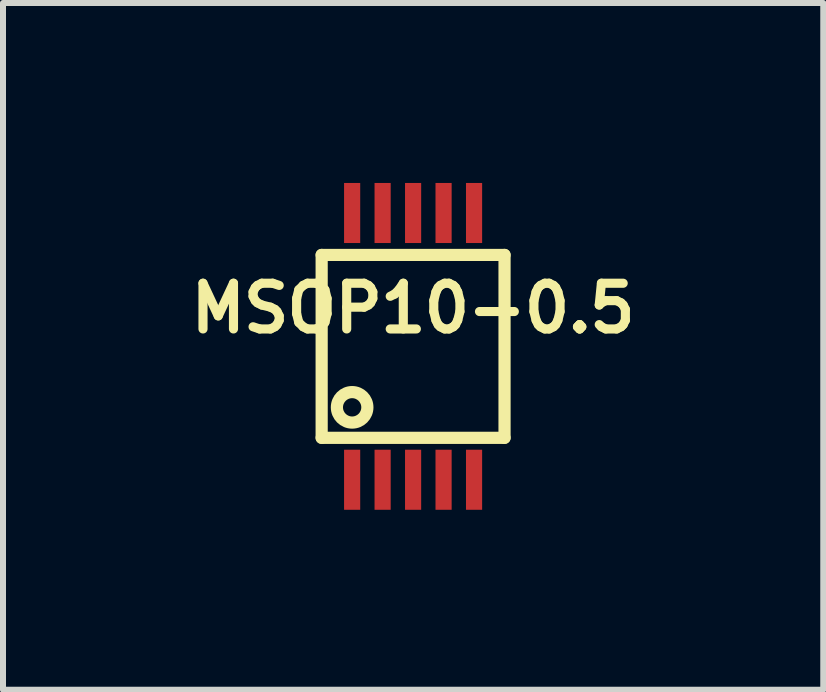
<source format=kicad_pcb>
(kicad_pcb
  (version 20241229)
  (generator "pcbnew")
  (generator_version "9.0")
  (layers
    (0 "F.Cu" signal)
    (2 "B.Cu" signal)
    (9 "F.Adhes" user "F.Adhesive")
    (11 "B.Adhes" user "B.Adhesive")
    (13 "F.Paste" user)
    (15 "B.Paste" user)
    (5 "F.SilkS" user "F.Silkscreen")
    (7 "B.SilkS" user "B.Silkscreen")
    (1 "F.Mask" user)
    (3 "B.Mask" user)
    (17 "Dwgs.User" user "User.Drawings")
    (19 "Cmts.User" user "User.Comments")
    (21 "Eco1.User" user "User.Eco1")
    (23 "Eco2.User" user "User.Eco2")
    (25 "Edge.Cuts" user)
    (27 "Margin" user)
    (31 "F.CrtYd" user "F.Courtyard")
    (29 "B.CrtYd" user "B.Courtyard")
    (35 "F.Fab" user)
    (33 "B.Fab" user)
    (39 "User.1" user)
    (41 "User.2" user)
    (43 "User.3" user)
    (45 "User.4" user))
  (footprint "MSOP10-0.5"
    (layer "F.Cu")
    (at 3.835 2.723)
    (property "Reference" "MSOP10-0.5" (at 0 -0.635 0) (layer "F.SilkS") (effects (font (size 0.762 0.762) (thickness 0.152))))
    (attr smd)
    (fp_line (start -1.524 -1.524) (end 1.524 -1.524) (stroke (width 0.203) (type solid)) (layer "F.SilkS"))
    (fp_line (start -1.524 1.524) (end -1.524 -1.524) (stroke (width 0.203) (type solid)) (layer "F.SilkS"))
    (fp_line (start 1.524 -1.524) (end 1.524 1.524) (stroke (width 0.203) (type solid)) (layer "F.SilkS"))
    (fp_line (start 1.524 1.524) (end -1.524 1.524) (stroke (width 0.203) (type solid)) (layer "F.SilkS"))
    (fp_circle (center -1.016 1.016) (end -1.016 0.762) (stroke (width 0.203) (type solid)) (fill no) (layer "F.SilkS"))
    (pad "1" smd rect (at -1.016 2.223) (size 0.269 1.001) (layers "F.Cu" "F.Mask" "F.Paste"))
    (pad "2" smd rect (at -0.508 2.223) (size 0.269 1.001) (layers "F.Cu" "F.Mask" "F.Paste"))
    (pad "3" smd rect (at 0 2.223) (size 0.269 1.001) (layers "F.Cu" "F.Mask" "F.Paste"))
    (pad "4" smd rect (at 0.508 2.223) (size 0.269 1.001) (layers "F.Cu" "F.Mask" "F.Paste"))
    (pad "5" smd rect (at 1.016 2.223) (size 0.269 1.001) (layers "F.Cu" "F.Mask" "F.Paste"))
    (pad "6" smd rect (at 1.016 -2.223) (size 0.269 1.001) (layers "F.Cu" "F.Mask" "F.Paste"))
    (pad "7" smd rect (at 0.508 -2.223) (size 0.269 1.001) (layers "F.Cu" "F.Mask" "F.Paste"))
    (pad "8" smd rect (at 0 -2.223) (size 0.269 1.001) (layers "F.Cu" "F.Mask" "F.Paste"))
    (pad "9" smd rect (at -0.508 -2.223) (size 0.269 1.001) (layers "F.Cu" "F.Mask" "F.Paste"))
    (pad "10" smd rect (at -1.016 -2.223) (size 0.269 1.001) (layers "F.Cu" "F.Mask" "F.Paste")))
  (gr_rect
    (start -3 -3)
    (end 10.671 8.446)
    (stroke (width 0.1) (type default))
    (fill no)
    (layer "Edge.Cuts")))
</source>
